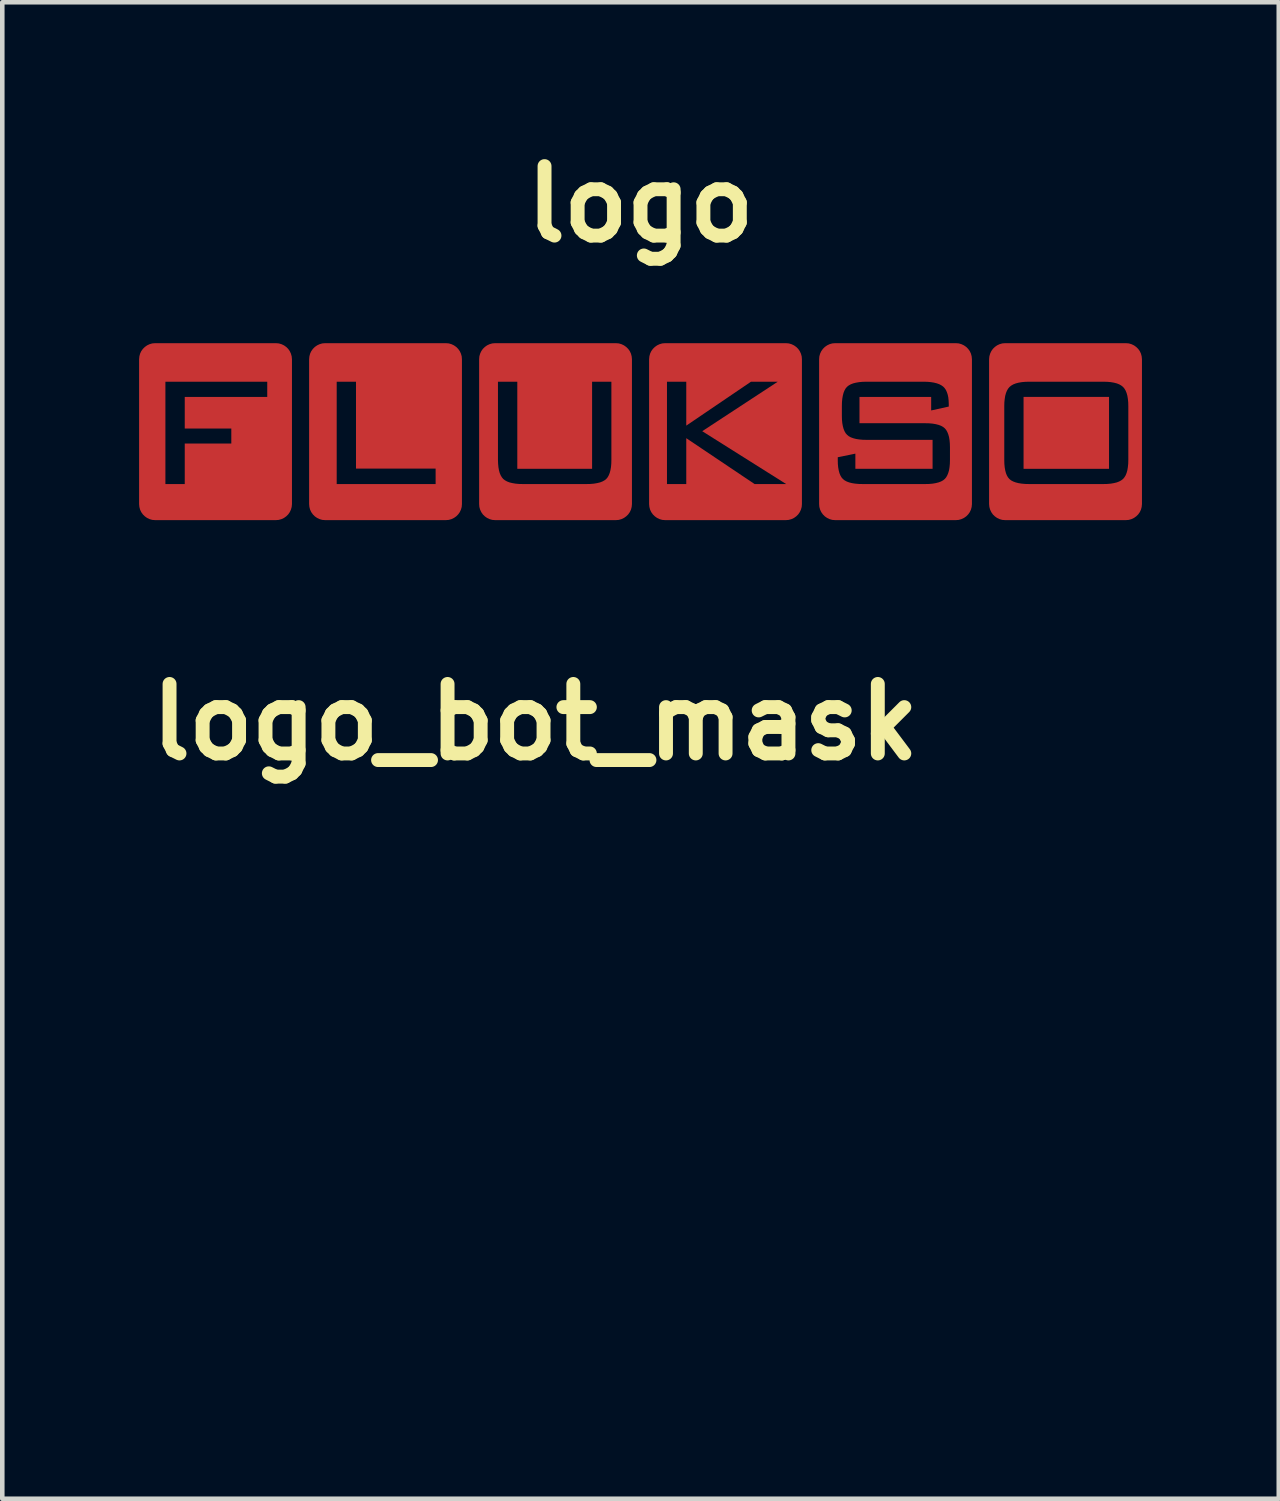
<source format=kicad_pcb>
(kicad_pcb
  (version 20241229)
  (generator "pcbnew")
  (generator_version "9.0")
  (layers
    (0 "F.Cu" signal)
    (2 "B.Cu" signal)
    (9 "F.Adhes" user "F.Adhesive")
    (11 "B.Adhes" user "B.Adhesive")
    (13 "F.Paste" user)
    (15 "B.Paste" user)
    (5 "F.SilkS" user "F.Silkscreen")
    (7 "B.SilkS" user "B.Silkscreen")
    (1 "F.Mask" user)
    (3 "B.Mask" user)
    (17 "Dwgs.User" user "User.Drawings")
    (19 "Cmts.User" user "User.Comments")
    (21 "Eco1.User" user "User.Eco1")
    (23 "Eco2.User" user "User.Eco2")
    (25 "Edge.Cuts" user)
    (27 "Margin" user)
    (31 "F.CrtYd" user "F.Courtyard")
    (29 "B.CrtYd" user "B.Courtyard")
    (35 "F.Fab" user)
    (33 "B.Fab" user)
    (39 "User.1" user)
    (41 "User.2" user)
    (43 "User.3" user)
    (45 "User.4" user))
  (footprint "logo_bot_mask"
    (layer "F.Cu")
    (at 8.687 21.322)
    (property "Reference" "logo_bot_mask" (at 0 -8.54 0) (layer "F.SilkS") (effects (font (size 1.524 1.524) (thickness 0.305))))
    (attr smd)
    (fp_poly (pts (xy 0.066 -3.785) (xy -0.066 -3.785) (xy -0.066 -5.273) (xy 0.066 -5.273) (xy 0.066 -3.785)) (stroke (width 0) (type solid)) (fill yes) (layer "F.Mask"))
    (fp_poly (pts (xy -3.415 2.863) (xy -3.425 2.914) (xy -3.453 2.956) (xy -3.495 2.985) (xy -3.547 2.995) (xy -3.654 2.995) (xy -3.655 2.338) (xy -3.716 2.338) (xy -3.898 2.338) (xy -4.085 2.338) (xy -4.135 2.338) (xy -4.135 2.995) (xy -4.242 2.995) (xy -4.293 2.985) (xy -4.335 2.956) (xy -4.363 2.914) (xy -4.374 2.863) (xy -4.374 -1.122) (xy -4.363 -1.174) (xy -4.335 -1.216) (xy -4.293 -1.244) (xy -4.242 -1.255) (xy -3.547 -1.255) (xy -3.495 -1.244) (xy -3.453 -1.216) (xy -3.425 -1.174) (xy -3.415 -1.122) (xy -3.415 2.863)) (stroke (width 0) (type solid)) (fill yes) (layer "F.Mask"))
    (fp_poly (pts (xy 4.374 2.863) (xy 4.363 2.915) (xy 4.335 2.957) (xy 4.293 2.985) (xy 4.242 2.995) (xy 4.134 2.995) (xy 4.134 2.338) (xy 4.073 2.338) (xy 3.89 2.338) (xy 3.703 2.338) (xy 3.653 2.338) (xy 3.653 2.995) (xy 3.547 2.995) (xy 3.495 2.985) (xy 3.453 2.957) (xy 3.425 2.915) (xy 3.415 2.863) (xy 3.415 -1.122) (xy 3.425 -1.174) (xy 3.453 -1.216) (xy 3.495 -1.244) (xy 3.547 -1.254) (xy 4.242 -1.254) (xy 4.293 -1.244) (xy 4.335 -1.216) (xy 4.363 -1.174) (xy 4.374 -1.122) (xy 4.374 2.863)) (stroke (width 0) (type solid)) (fill yes) (layer "F.Mask"))
    (fp_poly (pts (xy 0.265 -5.228) (xy 0.258 -5.167) (xy 0.238 -5.111) (xy 0.207 -5.062) (xy 0.166 -5.021) (xy 0.116 -4.99) (xy 0.061 -4.97) (xy 0.00008 -4.963) (xy -0.061 -4.97) (xy -0.116 -4.99) (xy -0.165 -5.021) (xy -0.206 -5.062) (xy -0.238 -5.111) (xy -0.258 -5.167) (xy -0.265 -5.228) (xy -0.258 -5.288) (xy -0.238 -5.344) (xy -0.206 -5.393) (xy -0.165 -5.434) (xy -0.116 -5.466) (xy -0.061 -5.485) (xy 0.00008 -5.492) (xy 0.061 -5.485) (xy 0.116 -5.466) (xy 0.166 -5.434) (xy 0.207 -5.393) (xy 0.238 -5.344) (xy 0.258 -5.288) (xy 0.265 -5.228)) (stroke (width 0) (type solid)) (fill yes) (layer "F.Mask"))
    (fp_poly (pts (xy 1.488 -3.399) (xy 1.468 -4.026) (xy 1.566 -4.021) (xy 1.654 -4.006) (xy 1.732 -3.982) (xy 1.801 -3.951) (xy 1.861 -3.913) (xy 1.914 -3.871) (xy 1.959 -3.824) (xy 1.997 -3.775) (xy 2.028 -3.724) (xy 2.054 -3.672) (xy 2.075 -3.621) (xy 2.091 -3.571) (xy 2.103 -3.525) (xy 2.112 -3.482) (xy 2.118 -3.445) (xy 2.121 -3.414) (xy 2.123 -3.39) (xy 2.124 -3.375) (xy 2.124 -3.37) (xy 2.124 -2.042) (xy -2.124 -2.042) (xy -2.124 -3.37) (xy -2.119 -3.468) (xy -2.103 -3.556) (xy -2.08 -3.634) (xy -2.049 -3.703) (xy -2.011 -3.763) (xy -1.969 -3.816) (xy -1.922 -3.861) (xy -1.873 -3.899) (xy -1.822 -3.93) (xy -1.77 -3.956) (xy -1.719 -3.977) (xy -1.669 -3.993) (xy -1.623 -4.005) (xy -1.58 -4.014) (xy -1.543 -4.02) (xy -1.511 -4.023) (xy -1.488 -4.025) (xy -1.473 -4.026) (xy -1.468 -4.026) (xy 1.468 -4.026) (xy 1.488 -3.399) (xy 1.474 -3.444) (xy 1.438 -3.475) (xy 1.387 -3.487) (xy -1.386 -3.487) (xy -1.438 -3.475) (xy -1.474 -3.444) (xy -1.488 -3.399) (xy -1.488 -3.311) (xy -1.474 -3.266) (xy -1.438 -3.235) (xy -1.386 -3.223) (xy 1.387 -3.223) (xy 1.438 -3.235) (xy 1.474 -3.266) (xy 1.488 -3.311) (xy 1.488 -3.399)) (stroke (width 0) (type solid)) (fill yes) (layer "F.Mask"))
    (fp_poly (pts (xy 2.579 3.017) (xy 2.604 5.48) (xy 2.664 5.466) (xy 2.721 5.446) (xy 2.777 5.421) (xy 2.829 5.392) (xy 2.878 5.358) (xy 2.924 5.319) (xy 2.966 5.277) (xy 3.005 5.231) (xy 3.039 5.182) (xy 3.068 5.13) (xy 3.093 5.075) (xy 3.113 5.017) (xy 3.127 4.957) (xy 3.136 4.895) (xy 3.139 4.831) (xy 3.139 -1.12) (xy 3.136 -1.183) (xy 3.127 -1.245) (xy 3.113 -1.305) (xy 3.093 -1.363) (xy 3.068 -1.418) (xy 3.039 -1.47) (xy 3.005 -1.52) (xy 2.966 -1.565) (xy 2.924 -1.608) (xy 2.878 -1.646) (xy 2.829 -1.68) (xy 2.777 -1.71) (xy 2.721 -1.735) (xy 2.664 -1.754) (xy 2.604 -1.769) (xy 2.542 -1.778) (xy 2.478 -1.781) (xy -2.481 -1.781) (xy -2.545 -1.778) (xy -2.606 -1.769) (xy -2.666 -1.754) (xy -2.724 -1.735) (xy -2.779 -1.71) (xy -2.832 -1.68) (xy -2.881 -1.646) (xy -2.927 -1.608) (xy -2.969 -1.565) (xy -3.007 -1.52) (xy -3.041 -1.47) (xy -3.071 -1.418) (xy -3.096 -1.363) (xy -3.116 -1.305) (xy -3.13 -1.245) (xy -3.139 -1.183) (xy -3.142 -1.12) (xy -3.142 4.831) (xy -3.139 4.895) (xy -3.13 4.957) (xy -3.116 5.017) (xy -3.096 5.075) (xy -3.071 5.13) (xy -3.041 5.182) (xy -3.007 5.231) (xy -2.969 5.277) (xy -2.927 5.319) (xy -2.881 5.358) (xy -2.832 5.392) (xy -2.779 5.421) (xy -2.724 5.446) (xy -2.666 5.466) (xy -2.606 5.48) (xy -2.545 5.489) (xy -2.481 5.492) (xy 2.478 5.492) (xy 2.542 5.489) (xy 2.604 5.48) (xy 2.579 3.017) (xy 1.786 3.384) (xy 1.786 0.428) (xy -1.725 0.428) (xy -1.725 3.384) (xy 1.786 3.384) (xy 2.579 3.017) (xy 2.578 3.104) (xy 2.574 3.186) (xy 2.567 3.263) (xy 2.558 3.336) (xy 2.547 3.405) (xy 2.533 3.47) (xy 2.516 3.53) (xy 2.496 3.586) (xy 2.474 3.638) (xy 2.45 3.685) (xy 2.423 3.728) (xy 2.393 3.766) (xy 2.361 3.801) (xy 2.325 3.832) (xy 2.285 3.86) (xy 2.24 3.886) (xy 2.191 3.909) (xy 2.137 3.93) (xy 2.079 3.949) (xy 2.017 3.965) (xy 1.95 3.978) (xy 1.878 3.989) (xy 1.802 3.998) (xy 1.722 4.004) (xy 1.637 4.008) (xy 1.548 4.009) (xy -1.487 4.009) (xy -1.578 4.008) (xy -1.664 4.004) (xy -1.746 3.998) (xy -1.823 3.99) (xy -1.895 3.979) (xy -1.962 3.966) (xy -2.025 3.95) (xy -2.084 3.932) (xy -2.137 3.912) (xy -2.186 3.889) (xy -2.231 3.863) (xy -2.27 3.836) (xy -2.305 3.806) (xy -2.337 3.772) (xy -2.366 3.734) (xy -2.393 3.691) (xy -2.417 3.644) (xy -2.438 3.593) (xy -2.457 3.537) (xy -2.473 3.476) (xy -2.487 3.411) (xy -2.499 3.341) (xy -2.507 3.267) (xy -2.514 3.188) (xy -2.517 3.105) (xy -2.519 3.017) (xy -2.519 0.805) (xy -2.517 0.719) (xy -2.514 0.637) (xy -2.507 0.559) (xy -2.498 0.486) (xy -2.486 0.416) (xy -2.472 0.352) (xy -2.455 0.291) (xy -2.436 0.235) (xy -2.414 0.182) (xy -2.39 0.135) (xy -2.363 0.091) (xy -2.333 0.052) (xy -2.301 0.017) (xy -2.265 -0.015) (xy -2.225 -0.044) (xy -2.18 -0.07) (xy -2.131 -0.094) (xy -2.077 -0.116) (xy -2.019 -0.134) (xy -1.956 -0.151) (xy -1.889 -0.165) (xy -1.818 -0.176) (xy -1.742 -0.185) (xy -1.662 -0.191) (xy -1.577 -0.195) (xy -1.487 -0.196) (xy 1.548 -0.196) (xy 1.637 -0.195) (xy 1.722 -0.191) (xy 1.802 -0.185) (xy 1.878 -0.176) (xy 1.95 -0.165) (xy 2.017 -0.151) (xy 2.079 -0.134) (xy 2.137 -0.116) (xy 2.191 -0.094) (xy 2.24 -0.07) (xy 2.285 -0.044) (xy 2.325 -0.015) (xy 2.361 0.017) (xy 2.393 0.052) (xy 2.423 0.091) (xy 2.45 0.135) (xy 2.474 0.182) (xy 2.496 0.235) (xy 2.516 0.291) (xy 2.533 0.352) (xy 2.547 0.416) (xy 2.558 0.486) (xy 2.567 0.559) (xy 2.574 0.637) (xy 2.578 0.719) (xy 2.579 0.805) (xy 2.579 3.017)) (stroke (width 0) (type solid)) (fill yes) (layer "F.Mask")))
  (footprint "logo"
    (layer "F.Cu")
    (at 10.995 6.415)
    (property "Reference" "logo" (at 0 -4.988 0) (layer "F.SilkS") (effects (font (size 1.524 1.524) (thickness 0.305))))
    (attr smd)
    (fp_poly (pts (xy -4.493 1.149) (xy -4.269 -1.94) (xy -6.914 -1.94) (xy -6.978 -1.935) (xy -7.037 -1.918) (xy -7.092 -1.892) (xy -7.142 -1.857) (xy -7.184 -1.815) (xy -7.219 -1.766) (xy -7.245 -1.711) (xy -7.261 -1.651) (xy -7.267 -1.587) (xy -7.267 1.588) (xy -7.261 1.651) (xy -7.245 1.711) (xy -7.219 1.766) (xy -7.184 1.815) (xy -7.142 1.857) (xy -7.092 1.892) (xy -7.037 1.918) (xy -6.978 1.935) (xy -6.914 1.94) (xy -4.269 1.94) (xy -4.205 1.935) (xy -4.145 1.918) (xy -4.091 1.892) (xy -4.041 1.857) (xy -3.999 1.815) (xy -3.964 1.766) (xy -3.938 1.711) (xy -3.921 1.651) (xy -3.916 1.588) (xy -3.916 -1.587) (xy -3.921 -1.651) (xy -3.938 -1.711) (xy -3.964 -1.766) (xy -3.999 -1.815) (xy -4.041 -1.857) (xy -4.091 -1.892) (xy -4.145 -1.918) (xy -4.205 -1.935) (xy -4.269 -1.94) (xy -4.493 1.149) (xy -6.662 1.149) (xy -6.662 -1.095) (xy -6.239 -1.095) (xy -6.239 0.81) (xy -4.493 0.81) (xy -4.493 1.149)) (stroke (width 0) (type solid)) (fill yes) (layer "F.Cu"))
    (fp_poly (pts (xy -8.185 -0.762) (xy -7.996 -1.94) (xy -10.642 -1.94) (xy -10.706 -1.935) (xy -10.765 -1.918) (xy -10.82 -1.892) (xy -10.869 -1.857) (xy -10.912 -1.815) (xy -10.947 -1.766) (xy -10.973 -1.711) (xy -10.989 -1.651) (xy -10.995 -1.587) (xy -10.995 1.588) (xy -10.989 1.651) (xy -10.973 1.711) (xy -10.947 1.766) (xy -10.912 1.815) (xy -10.869 1.857) (xy -10.82 1.892) (xy -10.765 1.918) (xy -10.706 1.935) (xy -10.642 1.94) (xy -7.996 1.94) (xy -7.933 1.935) (xy -7.873 1.918) (xy -7.818 1.892) (xy -7.769 1.857) (xy -7.726 1.815) (xy -7.692 1.766) (xy -7.666 1.711) (xy -7.649 1.651) (xy -7.643 1.588) (xy -7.643 -1.587) (xy -7.649 -1.651) (xy -7.666 -1.711) (xy -7.692 -1.766) (xy -7.726 -1.815) (xy -7.769 -1.857) (xy -7.818 -1.892) (xy -7.873 -1.918) (xy -7.933 -1.935) (xy -7.996 -1.94) (xy -8.185 -0.762) (xy -9.994 -0.762) (xy -9.994 -0.068) (xy -8.973 -0.068) (xy -8.973 0.26) (xy -9.994 0.26) (xy -9.994 1.149) (xy -10.418 1.149) (xy -10.418 -1.095) (xy -8.185 -1.095) (xy -8.185 -0.762)) (stroke (width 0) (type solid)) (fill yes) (layer "F.Cu"))
    (fp_poly (pts (xy 2.501 1.149) (xy 0.188 1.588) (xy 0.194 1.651) (xy 0.21 1.711) (xy 0.236 1.766) (xy 0.271 1.815) (xy 0.314 1.857) (xy 0.363 1.892) (xy 0.418 1.918) (xy 0.477 1.935) (xy 0.541 1.94) (xy 3.187 1.94) (xy 3.25 1.935) (xy 3.31 1.918) (xy 3.365 1.892) (xy 3.414 1.857) (xy 3.457 1.815) (xy 3.491 1.766) (xy 3.517 1.711) (xy 3.534 1.651) (xy 3.539 1.588) (xy 3.539 -1.587) (xy 3.534 -1.651) (xy 3.517 -1.711) (xy 3.491 -1.766) (xy 3.457 -1.815) (xy 3.414 -1.857) (xy 3.365 -1.892) (xy 3.31 -1.918) (xy 3.25 -1.935) (xy 3.187 -1.94) (xy 0.541 -1.94) (xy 0.477 -1.935) (xy 0.418 -1.918) (xy 0.363 -1.892) (xy 0.314 -1.857) (xy 0.271 -1.815) (xy 0.236 -1.766) (xy 0.21 -1.711) (xy 0.194 -1.651) (xy 0.188 -1.587) (xy 0.188 1.588) (xy 2.501 1.149) (xy 1.003 0.143) (xy 1.003 1.149) (xy 0.58 1.149) (xy 0.58 -1.095) (xy 1.003 -1.095) (xy 1.003 -0.132) (xy 2.422 -1.095) (xy 3.009 -1.095) (xy 1.353 -0.01) (xy 3.194 1.149) (xy 2.501 1.149)) (stroke (width 0) (type solid)) (fill yes) (layer "F.Cu"))
    (fp_poly (pts (xy -0.639 0.62) (xy -0.541 -1.94) (xy -3.187 -1.94) (xy -3.25 -1.935) (xy -3.31 -1.918) (xy -3.365 -1.892) (xy -3.414 -1.857) (xy -3.457 -1.815) (xy -3.491 -1.766) (xy -3.517 -1.711) (xy -3.534 -1.651) (xy -3.539 -1.588) (xy -3.539 1.588) (xy -3.534 1.651) (xy -3.517 1.711) (xy -3.491 1.766) (xy -3.457 1.815) (xy -3.414 1.857) (xy -3.365 1.892) (xy -3.31 1.918) (xy -3.25 1.935) (xy -3.187 1.94) (xy -0.541 1.94) (xy -0.477 1.935) (xy -0.418 1.918) (xy -0.363 1.892) (xy -0.314 1.857) (xy -0.271 1.815) (xy -0.236 1.766) (xy -0.21 1.711) (xy -0.194 1.651) (xy -0.188 1.588) (xy -0.188 -1.588) (xy -0.194 -1.651) (xy -0.21 -1.711) (xy -0.236 -1.766) (xy -0.271 -1.815) (xy -0.314 -1.857) (xy -0.363 -1.892) (xy -0.418 -1.918) (xy -0.477 -1.935) (xy -0.541 -1.94) (xy -0.639 0.62) (xy -0.641 0.703) (xy -0.648 0.779) (xy -0.66 0.847) (xy -0.676 0.906) (xy -0.697 0.958) (xy -0.722 1.002) (xy -0.752 1.038) (xy -0.789 1.067) (xy -0.834 1.092) (xy -0.888 1.113) (xy -0.95 1.128) (xy -1.021 1.14) (xy -1.1 1.147) (xy -1.188 1.149) (xy -2.577 1.149) (xy -2.663 1.147) (xy -2.741 1.14) (xy -2.811 1.128) (xy -2.873 1.113) (xy -2.927 1.092) (xy -2.972 1.067) (xy -3.01 1.038) (xy -3.04 1.002) (xy -3.066 0.958) (xy -3.088 0.906) (xy -3.104 0.847) (xy -3.116 0.779) (xy -3.123 0.703) (xy -3.126 0.62) (xy -3.126 -1.095) (xy -2.702 -1.095) (xy -2.702 0.815) (xy -1.062 0.815) (xy -1.062 -1.095) (xy -0.639 -1.095) (xy -0.639 0.62)) (stroke (width 0) (type solid)) (fill yes) (layer "F.Cu"))
    (fp_poly (pts (xy 10.696 0.62) (xy 10.706 1.935) (xy 10.765 1.918) (xy 10.82 1.892) (xy 10.869 1.857) (xy 10.912 1.815) (xy 10.947 1.766) (xy 10.973 1.711) (xy 10.989 1.651) (xy 10.995 1.588) (xy 10.995 -1.587) (xy 10.989 -1.651) (xy 10.973 -1.711) (xy 10.947 -1.766) (xy 10.912 -1.815) (xy 10.869 -1.857) (xy 10.82 -1.892) (xy 10.765 -1.918) (xy 10.706 -1.935) (xy 10.642 -1.94) (xy 7.996 -1.94) (xy 7.933 -1.935) (xy 7.873 -1.918) (xy 7.818 -1.892) (xy 7.769 -1.857) (xy 7.726 -1.815) (xy 7.692 -1.766) (xy 7.666 -1.711) (xy 7.649 -1.651) (xy 7.643 -1.587) (xy 7.643 1.588) (xy 7.649 1.651) (xy 7.666 1.711) (xy 7.692 1.766) (xy 7.726 1.815) (xy 7.769 1.857) (xy 7.818 1.892) (xy 7.873 1.918) (xy 7.933 1.935) (xy 7.996 1.94) (xy 10.642 1.94) (xy 10.706 1.935) (xy 10.696 0.62) (xy 10.273 0.815) (xy 10.273 -0.762) (xy 8.399 -0.762) (xy 8.399 0.815) (xy 10.273 0.815) (xy 10.696 0.62) (xy 10.694 0.703) (xy 10.686 0.779) (xy 10.675 0.847) (xy 10.658 0.906) (xy 10.637 0.958) (xy 10.61 1.002) (xy 10.58 1.038) (xy 10.542 1.067) (xy 10.497 1.092) (xy 10.443 1.113) (xy 10.381 1.128) (xy 10.311 1.14) (xy 10.232 1.147) (xy 10.146 1.149) (xy 8.526 1.149) (xy 8.438 1.147) (xy 8.359 1.14) (xy 8.288 1.129) (xy 8.226 1.113) (xy 8.172 1.093) (xy 8.127 1.069) (xy 8.09 1.04) (xy 8.06 1.005) (xy 8.034 0.962) (xy 8.013 0.91) (xy 7.997 0.85) (xy 7.985 0.781) (xy 7.978 0.705) (xy 7.976 0.62) (xy 7.976 -0.56) (xy 7.978 -0.644) (xy 7.986 -0.72) (xy 7.997 -0.788) (xy 8.014 -0.848) (xy 8.035 -0.9) (xy 8.062 -0.945) (xy 8.092 -0.981) (xy 8.13 -1.011) (xy 8.175 -1.037) (xy 8.229 -1.058) (xy 8.291 -1.074) (xy 8.361 -1.086) (xy 8.44 -1.093) (xy 8.526 -1.095) (xy 10.146 -1.095) (xy 10.232 -1.093) (xy 10.311 -1.086) (xy 10.381 -1.074) (xy 10.443 -1.058) (xy 10.497 -1.037) (xy 10.542 -1.011) (xy 10.58 -0.981) (xy 10.61 -0.945) (xy 10.637 -0.9) (xy 10.658 -0.848) (xy 10.675 -0.788) (xy 10.686 -0.72) (xy 10.694 -0.644) (xy 10.696 -0.56) (xy 10.696 0.62)) (stroke (width 0) (type solid)) (fill yes) (layer "F.Cu"))
    (fp_poly (pts (xy 6.785 0.618) (xy 6.914 -1.94) (xy 4.269 -1.94) (xy 4.205 -1.935) (xy 4.145 -1.918) (xy 4.091 -1.892) (xy 4.041 -1.857) (xy 3.999 -1.815) (xy 3.964 -1.766) (xy 3.938 -1.711) (xy 3.921 -1.651) (xy 3.916 -1.587) (xy 3.916 1.588) (xy 3.921 1.651) (xy 3.938 1.711) (xy 3.964 1.766) (xy 3.999 1.815) (xy 4.041 1.857) (xy 4.091 1.892) (xy 4.145 1.918) (xy 4.205 1.935) (xy 4.269 1.94) (xy 6.914 1.94) (xy 6.978 1.935) (xy 7.037 1.918) (xy 7.092 1.892) (xy 7.142 1.857) (xy 7.184 1.815) (xy 7.219 1.766) (xy 7.245 1.711) (xy 7.261 1.651) (xy 7.267 1.588) (xy 7.267 -1.587) (xy 7.261 -1.651) (xy 7.245 -1.711) (xy 7.219 -1.766) (xy 7.184 -1.815) (xy 7.142 -1.857) (xy 7.092 -1.892) (xy 7.037 -1.918) (xy 6.978 -1.935) (xy 6.914 -1.94) (xy 6.785 0.618) (xy 6.783 0.702) (xy 6.776 0.778) (xy 6.765 0.846) (xy 6.748 0.905) (xy 6.727 0.957) (xy 6.702 1.001) (xy 6.672 1.037) (xy 6.635 1.067) (xy 6.59 1.092) (xy 6.537 1.112) (xy 6.475 1.128) (xy 6.405 1.14) (xy 6.327 1.147) (xy 6.24 1.149) (xy 4.875 1.149) (xy 4.787 1.147) (xy 4.708 1.14) (xy 4.637 1.129) (xy 4.574 1.113) (xy 4.521 1.093) (xy 4.475 1.068) (xy 4.439 1.039) (xy 4.408 1.004) (xy 4.383 0.961) (xy 4.362 0.91) (xy 4.346 0.85) (xy 4.334 0.783) (xy 4.327 0.708) (xy 4.325 0.625) (xy 4.325 0.561) (xy 4.711 0.482) (xy 4.711 0.815) (xy 6.404 0.815) (xy 6.404 0.18) (xy 4.96 0.18) (xy 4.873 0.178) (xy 4.795 0.171) (xy 4.725 0.16) (xy 4.664 0.144) (xy 4.61 0.124) (xy 4.565 0.099) (xy 4.529 0.069) (xy 4.498 0.034) (xy 4.473 -0.01) (xy 4.452 -0.062) (xy 4.436 -0.122) (xy 4.424 -0.189) (xy 4.417 -0.265) (xy 4.415 -0.349) (xy 4.415 -0.56) (xy 4.417 -0.646) (xy 4.424 -0.722) (xy 4.436 -0.791) (xy 4.452 -0.852) (xy 4.473 -0.904) (xy 4.498 -0.948) (xy 4.529 -0.984) (xy 4.565 -1.013) (xy 4.61 -1.038) (xy 4.664 -1.059) (xy 4.725 -1.074) (xy 4.795 -1.086) (xy 4.873 -1.093) (xy 4.96 -1.095) (xy 6.209 -1.095) (xy 6.291 -1.093) (xy 6.367 -1.086) (xy 6.435 -1.075) (xy 6.495 -1.06) (xy 6.549 -1.041) (xy 6.595 -1.017) (xy 6.635 -0.989) (xy 6.668 -0.955) (xy 6.696 -0.914) (xy 6.718 -0.866) (xy 6.736 -0.811) (xy 6.749 -0.749) (xy 6.756 -0.679) (xy 6.759 -0.603) (xy 6.759 -0.55) (xy 6.373 -0.465) (xy 6.373 -0.762) (xy 4.801 -0.762) (xy 4.801 -0.185) (xy 6.24 -0.185) (xy 6.327 -0.183) (xy 6.405 -0.176) (xy 6.475 -0.164) (xy 6.537 -0.148) (xy 6.59 -0.128) (xy 6.635 -0.103) (xy 6.672 -0.073) (xy 6.702 -0.037) (xy 6.727 0.007) (xy 6.748 0.059) (xy 6.765 0.119) (xy 6.776 0.187) (xy 6.783 0.262) (xy 6.785 0.346) (xy 6.785 0.618)) (stroke (width 0) (type solid)) (fill yes) (layer "F.Cu")))
  (gr_rect
    (start -3 -3)
    (end 24.99 29.814)
    (stroke (width 0.1) (type default))
    (fill no)
    (layer "Edge.Cuts")))
</source>
